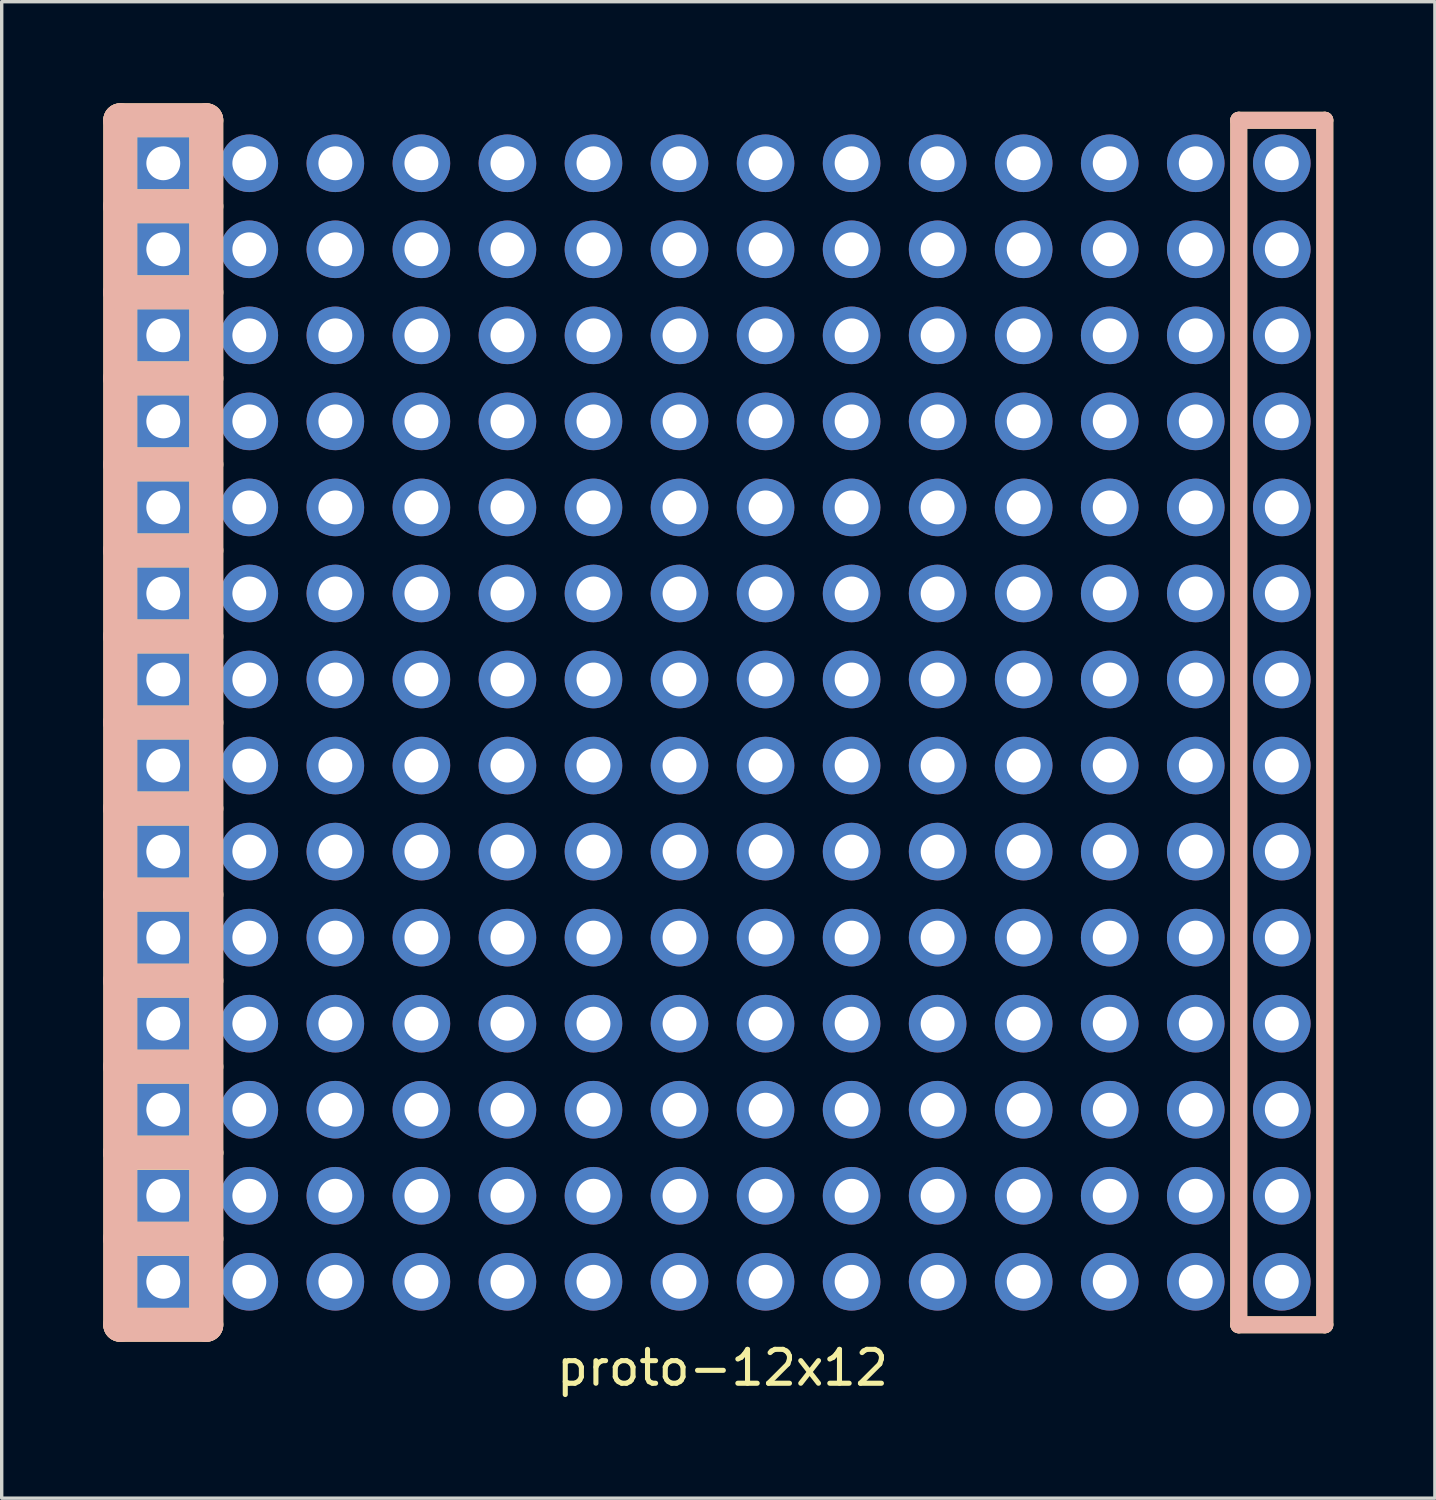
<source format=kicad_pcb>
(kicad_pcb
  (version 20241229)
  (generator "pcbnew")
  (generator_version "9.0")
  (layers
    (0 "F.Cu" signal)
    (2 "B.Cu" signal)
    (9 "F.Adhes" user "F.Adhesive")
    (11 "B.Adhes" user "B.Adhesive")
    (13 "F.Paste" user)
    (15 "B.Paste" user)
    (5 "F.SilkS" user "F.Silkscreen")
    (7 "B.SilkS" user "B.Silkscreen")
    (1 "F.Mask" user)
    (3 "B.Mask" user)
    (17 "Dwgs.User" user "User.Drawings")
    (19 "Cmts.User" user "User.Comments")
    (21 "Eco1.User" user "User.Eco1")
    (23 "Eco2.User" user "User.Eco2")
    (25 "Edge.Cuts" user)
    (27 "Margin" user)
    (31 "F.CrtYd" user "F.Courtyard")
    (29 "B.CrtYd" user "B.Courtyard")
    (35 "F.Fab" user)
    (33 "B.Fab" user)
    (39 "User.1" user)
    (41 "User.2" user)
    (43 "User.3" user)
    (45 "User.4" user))
  (footprint "proto-12x12"
    (layer "F.Cu")
    (at 18.28 18.28)
    (property "Reference" "proto-12x12" (at 0 19.05 0) (layer "F.SilkS") (effects (font (size 1 1) (thickness 0.15))))
    (attr through_hole)
    (fp_line (start -17.78 -15.24) (end -15.24 -15.24) (stroke (width 1) (type solid)) (layer "F.SilkS"))
    (fp_line (start -17.78 -12.7) (end -15.24 -12.7) (stroke (width 1) (type solid)) (layer "F.SilkS"))
    (fp_line (start -17.78 -10.16) (end -15.24 -10.16) (stroke (width 1) (type solid)) (layer "F.SilkS"))
    (fp_line (start -17.78 -7.62) (end -15.24 -7.62) (stroke (width 1) (type solid)) (layer "F.SilkS"))
    (fp_line (start -17.78 -5.08) (end -15.24 -5.08) (stroke (width 1) (type solid)) (layer "F.SilkS"))
    (fp_line (start -17.78 -2.54) (end -15.24 -2.54) (stroke (width 1) (type solid)) (layer "F.SilkS"))
    (fp_line (start -17.78 0) (end -15.24 0) (stroke (width 1) (type solid)) (layer "F.SilkS"))
    (fp_line (start -17.78 2.54) (end -15.24 2.54) (stroke (width 1) (type solid)) (layer "F.SilkS"))
    (fp_line (start -17.78 5.08) (end -15.24 5.08) (stroke (width 1) (type solid)) (layer "F.SilkS"))
    (fp_line (start -17.78 7.62) (end -15.24 7.62) (stroke (width 1) (type solid)) (layer "F.SilkS"))
    (fp_line (start -17.78 10.16) (end -15.24 10.16) (stroke (width 1) (type solid)) (layer "F.SilkS"))
    (fp_line (start -17.78 12.7) (end -15.24 12.7) (stroke (width 1) (type solid)) (layer "F.SilkS"))
    (fp_line (start -17.78 12.7) (end -15.24 12.7) (stroke (width 1) (type solid)) (layer "F.SilkS"))
    (fp_line (start -17.78 15.24) (end -15.24 15.24) (stroke (width 1) (type solid)) (layer "F.SilkS"))
    (fp_line (start -17.78 17.78) (end -17.78 -17.78) (stroke (width 1) (type solid)) (layer "F.SilkS"))
    (fp_line (start -17.78 17.78) (end -15.24 17.78) (stroke (width 1) (type solid)) (layer "F.SilkS"))
    (fp_line (start -15.24 -17.78) (end -17.78 -17.78) (stroke (width 1) (type solid)) (layer "F.SilkS"))
    (fp_line (start -15.24 -17.78) (end -15.24 17.78) (stroke (width 1) (type solid)) (layer "F.SilkS"))
    (fp_line (start 15.24 17.78) (end 15.24 -17.78) (stroke (width 0.5) (type solid)) (layer "F.SilkS"))
    (fp_line (start 15.24 17.78) (end 17.78 17.78) (stroke (width 0.5) (type solid)) (layer "F.SilkS"))
    (fp_line (start 17.78 -17.78) (end 15.24 -17.78) (stroke (width 0.5) (type solid)) (layer "F.SilkS"))
    (fp_line (start 17.78 -17.78) (end 17.78 17.78) (stroke (width 0.5) (type solid)) (layer "F.SilkS"))
    (fp_line (start -17.78 -17.78) (end -17.78 17.78) (stroke (width 1) (type solid)) (layer "B.SilkS"))
    (fp_line (start -17.78 -15.24) (end -15.24 -15.24) (stroke (width 1) (type solid)) (layer "B.SilkS"))
    (fp_line (start -17.78 -12.7) (end -15.24 -12.7) (stroke (width 1) (type solid)) (layer "B.SilkS"))
    (fp_line (start -17.78 -10.16) (end -15.24 -10.16) (stroke (width 1) (type solid)) (layer "B.SilkS"))
    (fp_line (start -17.78 -7.62) (end -15.24 -7.62) (stroke (width 1) (type solid)) (layer "B.SilkS"))
    (fp_line (start -17.78 -5.08) (end -15.24 -5.08) (stroke (width 1) (type solid)) (layer "B.SilkS"))
    (fp_line (start -17.78 -2.54) (end -15.24 -2.54) (stroke (width 1) (type solid)) (layer "B.SilkS"))
    (fp_line (start -17.78 0) (end -15.24 0) (stroke (width 1) (type solid)) (layer "B.SilkS"))
    (fp_line (start -17.78 2.54) (end -15.24 2.54) (stroke (width 1) (type solid)) (layer "B.SilkS"))
    (fp_line (start -17.78 5.08) (end -15.24 5.08) (stroke (width 1) (type solid)) (layer "B.SilkS"))
    (fp_line (start -17.78 7.62) (end -15.24 7.62) (stroke (width 1) (type solid)) (layer "B.SilkS"))
    (fp_line (start -17.78 10.16) (end -15.24 10.16) (stroke (width 1) (type solid)) (layer "B.SilkS"))
    (fp_line (start -17.78 12.7) (end -15.24 12.7) (stroke (width 1) (type solid)) (layer "B.SilkS"))
    (fp_line (start -17.78 15.24) (end -15.24 15.24) (stroke (width 1) (type solid)) (layer "B.SilkS"))
    (fp_line (start -17.78 17.78) (end -15.24 17.78) (stroke (width 1) (type solid)) (layer "B.SilkS"))
    (fp_line (start -15.24 -17.78) (end -17.78 -17.78) (stroke (width 1) (type solid)) (layer "B.SilkS"))
    (fp_line (start -15.24 17.78) (end -15.24 -17.78) (stroke (width 1) (type solid)) (layer "B.SilkS"))
    (fp_line (start 15.24 -17.78) (end 15.24 17.78) (stroke (width 0.5) (type solid)) (layer "B.SilkS"))
    (fp_line (start 15.24 17.78) (end 17.78 17.78) (stroke (width 0.5) (type solid)) (layer "B.SilkS"))
    (fp_line (start 17.78 -17.78) (end 15.24 -17.78) (stroke (width 0.5) (type solid)) (layer "B.SilkS"))
    (fp_line (start 17.78 17.78) (end 17.78 -17.78) (stroke (width 0.5) (type solid)) (layer "B.SilkS"))
    (pad "" thru_hole circle (at -13.97 -16.51) (size 1.7 1.7) (drill 1) (layers "*.Cu" "*.Mask"))
    (pad "" thru_hole circle (at -13.97 -13.97) (size 1.7 1.7) (drill 1) (layers "*.Cu" "*.Mask"))
    (pad "" thru_hole circle (at -13.97 -11.43) (size 1.7 1.7) (drill 1) (layers "*.Cu" "*.Mask"))
    (pad "" thru_hole circle (at -13.97 -8.89) (size 1.7 1.7) (drill 1) (layers "*.Cu" "*.Mask"))
    (pad "" thru_hole circle (at -13.97 -6.35) (size 1.7 1.7) (drill 1) (layers "*.Cu" "*.Mask"))
    (pad "" thru_hole circle (at -13.97 -3.81) (size 1.7 1.7) (drill 1) (layers "*.Cu" "*.Mask"))
    (pad "" thru_hole circle (at -13.97 -1.27) (size 1.7 1.7) (drill 1) (layers "*.Cu" "*.Mask"))
    (pad "" thru_hole circle (at -13.97 1.27) (size 1.7 1.7) (drill 1) (layers "*.Cu" "*.Mask"))
    (pad "" thru_hole circle (at -13.97 3.81) (size 1.7 1.7) (drill 1) (layers "*.Cu" "*.Mask"))
    (pad "" thru_hole circle (at -13.97 6.35) (size 1.7 1.7) (drill 1) (layers "*.Cu" "*.Mask"))
    (pad "" thru_hole circle (at -13.97 8.89) (size 1.7 1.7) (drill 1) (layers "*.Cu" "*.Mask"))
    (pad "" thru_hole circle (at -13.97 11.43) (size 1.7 1.7) (drill 1) (layers "*.Cu" "*.Mask"))
    (pad "" thru_hole circle (at -13.97 13.97) (size 1.7 1.7) (drill 1) (layers "*.Cu" "*.Mask"))
    (pad "" thru_hole circle (at -13.97 16.51) (size 1.7 1.7) (drill 1) (layers "*.Cu" "*.Mask"))
    (pad "" thru_hole circle (at -11.43 -16.51) (size 1.7 1.7) (drill 1) (layers "*.Cu" "*.Mask"))
    (pad "" thru_hole circle (at -11.43 -13.97) (size 1.7 1.7) (drill 1) (layers "*.Cu" "*.Mask"))
    (pad "" thru_hole circle (at -11.43 -11.43) (size 1.7 1.7) (drill 1) (layers "*.Cu" "*.Mask"))
    (pad "" thru_hole circle (at -11.43 -8.89) (size 1.7 1.7) (drill 1) (layers "*.Cu" "*.Mask"))
    (pad "" thru_hole circle (at -11.43 -6.35) (size 1.7 1.7) (drill 1) (layers "*.Cu" "*.Mask"))
    (pad "" thru_hole circle (at -11.43 -3.81) (size 1.7 1.7) (drill 1) (layers "*.Cu" "*.Mask"))
    (pad "" thru_hole circle (at -11.43 -1.27) (size 1.7 1.7) (drill 1) (layers "*.Cu" "*.Mask"))
    (pad "" thru_hole circle (at -11.43 1.27) (size 1.7 1.7) (drill 1) (layers "*.Cu" "*.Mask"))
    (pad "" thru_hole circle (at -11.43 3.81) (size 1.7 1.7) (drill 1) (layers "*.Cu" "*.Mask"))
    (pad "" thru_hole circle (at -11.43 6.35) (size 1.7 1.7) (drill 1) (layers "*.Cu" "*.Mask"))
    (pad "" thru_hole circle (at -11.43 8.89) (size 1.7 1.7) (drill 1) (layers "*.Cu" "*.Mask"))
    (pad "" thru_hole circle (at -11.43 11.43) (size 1.7 1.7) (drill 1) (layers "*.Cu" "*.Mask"))
    (pad "" thru_hole circle (at -11.43 13.97) (size 1.7 1.7) (drill 1) (layers "*.Cu" "*.Mask"))
    (pad "" thru_hole circle (at -11.43 16.51) (size 1.7 1.7) (drill 1) (layers "*.Cu" "*.Mask"))
    (pad "" thru_hole circle (at -8.89 -16.51) (size 1.7 1.7) (drill 1) (layers "*.Cu" "*.Mask"))
    (pad "" thru_hole circle (at -8.89 -13.97) (size 1.7 1.7) (drill 1) (layers "*.Cu" "*.Mask"))
    (pad "" thru_hole circle (at -8.89 -11.43) (size 1.7 1.7) (drill 1) (layers "*.Cu" "*.Mask"))
    (pad "" thru_hole circle (at -8.89 -8.89) (size 1.7 1.7) (drill 1) (layers "*.Cu" "*.Mask"))
    (pad "" thru_hole circle (at -8.89 -6.35) (size 1.7 1.7) (drill 1) (layers "*.Cu" "*.Mask"))
    (pad "" thru_hole circle (at -8.89 -3.81) (size 1.7 1.7) (drill 1) (layers "*.Cu" "*.Mask"))
    (pad "" thru_hole circle (at -8.89 -1.27) (size 1.7 1.7) (drill 1) (layers "*.Cu" "*.Mask"))
    (pad "" thru_hole circle (at -8.89 1.27) (size 1.7 1.7) (drill 1) (layers "*.Cu" "*.Mask"))
    (pad "" thru_hole circle (at -8.89 3.81) (size 1.7 1.7) (drill 1) (layers "*.Cu" "*.Mask"))
    (pad "" thru_hole circle (at -8.89 6.35) (size 1.7 1.7) (drill 1) (layers "*.Cu" "*.Mask"))
    (pad "" thru_hole circle (at -8.89 8.89) (size 1.7 1.7) (drill 1) (layers "*.Cu" "*.Mask"))
    (pad "" thru_hole circle (at -8.89 11.43) (size 1.7 1.7) (drill 1) (layers "*.Cu" "*.Mask"))
    (pad "" thru_hole circle (at -8.89 13.97) (size 1.7 1.7) (drill 1) (layers "*.Cu" "*.Mask"))
    (pad "" thru_hole circle (at -8.89 16.51) (size 1.7 1.7) (drill 1) (layers "*.Cu" "*.Mask"))
    (pad "" thru_hole circle (at -6.35 -16.51) (size 1.7 1.7) (drill 1) (layers "*.Cu" "*.Mask"))
    (pad "" thru_hole circle (at -6.35 -13.97) (size 1.7 1.7) (drill 1) (layers "*.Cu" "*.Mask"))
    (pad "" thru_hole circle (at -6.35 -11.43) (size 1.7 1.7) (drill 1) (layers "*.Cu" "*.Mask"))
    (pad "" thru_hole circle (at -6.35 -8.89) (size 1.7 1.7) (drill 1) (layers "*.Cu" "*.Mask"))
    (pad "" thru_hole circle (at -6.35 -6.35) (size 1.7 1.7) (drill 1) (layers "*.Cu" "*.Mask"))
    (pad "" thru_hole circle (at -6.35 -3.81) (size 1.7 1.7) (drill 1) (layers "*.Cu" "*.Mask"))
    (pad "" thru_hole circle (at -6.35 -1.27) (size 1.7 1.7) (drill 1) (layers "*.Cu" "*.Mask"))
    (pad "" thru_hole circle (at -6.35 1.27) (size 1.7 1.7) (drill 1) (layers "*.Cu" "*.Mask"))
    (pad "" thru_hole circle (at -6.35 3.81) (size 1.7 1.7) (drill 1) (layers "*.Cu" "*.Mask"))
    (pad "" thru_hole circle (at -6.35 6.35) (size 1.7 1.7) (drill 1) (layers "*.Cu" "*.Mask"))
    (pad "" thru_hole circle (at -6.35 8.89) (size 1.7 1.7) (drill 1) (layers "*.Cu" "*.Mask"))
    (pad "" thru_hole circle (at -6.35 11.43) (size 1.7 1.7) (drill 1) (layers "*.Cu" "*.Mask"))
    (pad "" thru_hole circle (at -6.35 13.97) (size 1.7 1.7) (drill 1) (layers "*.Cu" "*.Mask"))
    (pad "" thru_hole circle (at -6.35 16.51) (size 1.7 1.7) (drill 1) (layers "*.Cu" "*.Mask"))
    (pad "" thru_hole circle (at -3.81 -16.51) (size 1.7 1.7) (drill 1) (layers "*.Cu" "*.Mask"))
    (pad "" thru_hole circle (at -3.81 -13.97) (size 1.7 1.7) (drill 1) (layers "*.Cu" "*.Mask"))
    (pad "" thru_hole circle (at -3.81 -11.43) (size 1.7 1.7) (drill 1) (layers "*.Cu" "*.Mask"))
    (pad "" thru_hole circle (at -3.81 -8.89) (size 1.7 1.7) (drill 1) (layers "*.Cu" "*.Mask"))
    (pad "" thru_hole circle (at -3.81 -6.35) (size 1.7 1.7) (drill 1) (layers "*.Cu" "*.Mask"))
    (pad "" thru_hole circle (at -3.81 -3.81) (size 1.7 1.7) (drill 1) (layers "*.Cu" "*.Mask"))
    (pad "" thru_hole circle (at -3.81 -1.27) (size 1.7 1.7) (drill 1) (layers "*.Cu" "*.Mask"))
    (pad "" thru_hole circle (at -3.81 1.27) (size 1.7 1.7) (drill 1) (layers "*.Cu" "*.Mask"))
    (pad "" thru_hole circle (at -3.81 3.81) (size 1.7 1.7) (drill 1) (layers "*.Cu" "*.Mask"))
    (pad "" thru_hole circle (at -3.81 6.35) (size 1.7 1.7) (drill 1) (layers "*.Cu" "*.Mask"))
    (pad "" thru_hole circle (at -3.81 8.89) (size 1.7 1.7) (drill 1) (layers "*.Cu" "*.Mask"))
    (pad "" thru_hole circle (at -3.81 11.43) (size 1.7 1.7) (drill 1) (layers "*.Cu" "*.Mask"))
    (pad "" thru_hole circle (at -3.81 13.97) (size 1.7 1.7) (drill 1) (layers "*.Cu" "*.Mask"))
    (pad "" thru_hole circle (at -3.81 16.51) (size 1.7 1.7) (drill 1) (layers "*.Cu" "*.Mask"))
    (pad "" thru_hole circle (at -1.27 -16.51) (size 1.7 1.7) (drill 1) (layers "*.Cu" "*.Mask"))
    (pad "" thru_hole circle (at -1.27 -13.97) (size 1.7 1.7) (drill 1) (layers "*.Cu" "*.Mask"))
    (pad "" thru_hole circle (at -1.27 -11.43) (size 1.7 1.7) (drill 1) (layers "*.Cu" "*.Mask"))
    (pad "" thru_hole circle (at -1.27 -8.89) (size 1.7 1.7) (drill 1) (layers "*.Cu" "*.Mask"))
    (pad "" thru_hole circle (at -1.27 -6.35) (size 1.7 1.7) (drill 1) (layers "*.Cu" "*.Mask"))
    (pad "" thru_hole circle (at -1.27 -3.81) (size 1.7 1.7) (drill 1) (layers "*.Cu" "*.Mask"))
    (pad "" thru_hole circle (at -1.27 -1.27) (size 1.7 1.7) (drill 1) (layers "*.Cu" "*.Mask"))
    (pad "" thru_hole circle (at -1.27 1.27) (size 1.7 1.7) (drill 1) (layers "*.Cu" "*.Mask"))
    (pad "" thru_hole circle (at -1.27 3.81) (size 1.7 1.7) (drill 1) (layers "*.Cu" "*.Mask"))
    (pad "" thru_hole circle (at -1.27 6.35) (size 1.7 1.7) (drill 1) (layers "*.Cu" "*.Mask"))
    (pad "" thru_hole circle (at -1.27 8.89) (size 1.7 1.7) (drill 1) (layers "*.Cu" "*.Mask"))
    (pad "" thru_hole circle (at -1.27 11.43) (size 1.7 1.7) (drill 1) (layers "*.Cu" "*.Mask"))
    (pad "" thru_hole circle (at -1.27 13.97) (size 1.7 1.7) (drill 1) (layers "*.Cu" "*.Mask"))
    (pad "" thru_hole circle (at -1.27 16.51) (size 1.7 1.7) (drill 1) (layers "*.Cu" "*.Mask"))
    (pad "" thru_hole circle (at 1.27 -16.51) (size 1.7 1.7) (drill 1) (layers "*.Cu" "*.Mask"))
    (pad "" thru_hole circle (at 1.27 -13.97) (size 1.7 1.7) (drill 1) (layers "*.Cu" "*.Mask"))
    (pad "" thru_hole circle (at 1.27 -11.43) (size 1.7 1.7) (drill 1) (layers "*.Cu" "*.Mask"))
    (pad "" thru_hole circle (at 1.27 -8.89) (size 1.7 1.7) (drill 1) (layers "*.Cu" "*.Mask"))
    (pad "" thru_hole circle (at 1.27 -6.35) (size 1.7 1.7) (drill 1) (layers "*.Cu" "*.Mask"))
    (pad "" thru_hole circle (at 1.27 -3.81) (size 1.7 1.7) (drill 1) (layers "*.Cu" "*.Mask"))
    (pad "" thru_hole circle (at 1.27 -1.27) (size 1.7 1.7) (drill 1) (layers "*.Cu" "*.Mask"))
    (pad "" thru_hole circle (at 1.27 1.27) (size 1.7 1.7) (drill 1) (layers "*.Cu" "*.Mask"))
    (pad "" thru_hole circle (at 1.27 3.81) (size 1.7 1.7) (drill 1) (layers "*.Cu" "*.Mask"))
    (pad "" thru_hole circle (at 1.27 6.35) (size 1.7 1.7) (drill 1) (layers "*.Cu" "*.Mask"))
    (pad "" thru_hole circle (at 1.27 8.89) (size 1.7 1.7) (drill 1) (layers "*.Cu" "*.Mask"))
    (pad "" thru_hole circle (at 1.27 11.43) (size 1.7 1.7) (drill 1) (layers "*.Cu" "*.Mask"))
    (pad "" thru_hole circle (at 1.27 13.97) (size 1.7 1.7) (drill 1) (layers "*.Cu" "*.Mask"))
    (pad "" thru_hole circle (at 1.27 16.51) (size 1.7 1.7) (drill 1) (layers "*.Cu" "*.Mask"))
    (pad "" thru_hole circle (at 3.81 -16.51) (size 1.7 1.7) (drill 1) (layers "*.Cu" "*.Mask"))
    (pad "" thru_hole circle (at 3.81 -13.97) (size 1.7 1.7) (drill 1) (layers "*.Cu" "*.Mask"))
    (pad "" thru_hole circle (at 3.81 -11.43) (size 1.7 1.7) (drill 1) (layers "*.Cu" "*.Mask"))
    (pad "" thru_hole circle (at 3.81 -8.89) (size 1.7 1.7) (drill 1) (layers "*.Cu" "*.Mask"))
    (pad "" thru_hole circle (at 3.81 -6.35) (size 1.7 1.7) (drill 1) (layers "*.Cu" "*.Mask"))
    (pad "" thru_hole circle (at 3.81 -3.81) (size 1.7 1.7) (drill 1) (layers "*.Cu" "*.Mask"))
    (pad "" thru_hole circle (at 3.81 -1.27) (size 1.7 1.7) (drill 1) (layers "*.Cu" "*.Mask"))
    (pad "" thru_hole circle (at 3.81 1.27) (size 1.7 1.7) (drill 1) (layers "*.Cu" "*.Mask"))
    (pad "" thru_hole circle (at 3.81 3.81) (size 1.7 1.7) (drill 1) (layers "*.Cu" "*.Mask"))
    (pad "" thru_hole circle (at 3.81 6.35) (size 1.7 1.7) (drill 1) (layers "*.Cu" "*.Mask"))
    (pad "" thru_hole circle (at 3.81 8.89) (size 1.7 1.7) (drill 1) (layers "*.Cu" "*.Mask"))
    (pad "" thru_hole circle (at 3.81 11.43) (size 1.7 1.7) (drill 1) (layers "*.Cu" "*.Mask"))
    (pad "" thru_hole circle (at 3.81 13.97) (size 1.7 1.7) (drill 1) (layers "*.Cu" "*.Mask"))
    (pad "" thru_hole circle (at 3.81 16.51) (size 1.7 1.7) (drill 1) (layers "*.Cu" "*.Mask"))
    (pad "" thru_hole circle (at 6.35 -16.51) (size 1.7 1.7) (drill 1) (layers "*.Cu" "*.Mask"))
    (pad "" thru_hole circle (at 6.35 -13.97) (size 1.7 1.7) (drill 1) (layers "*.Cu" "*.Mask"))
    (pad "" thru_hole circle (at 6.35 -11.43) (size 1.7 1.7) (drill 1) (layers "*.Cu" "*.Mask"))
    (pad "" thru_hole circle (at 6.35 -8.89) (size 1.7 1.7) (drill 1) (layers "*.Cu" "*.Mask"))
    (pad "" thru_hole circle (at 6.35 -6.35) (size 1.7 1.7) (drill 1) (layers "*.Cu" "*.Mask"))
    (pad "" thru_hole circle (at 6.35 -3.81) (size 1.7 1.7) (drill 1) (layers "*.Cu" "*.Mask"))
    (pad "" thru_hole circle (at 6.35 -1.27) (size 1.7 1.7) (drill 1) (layers "*.Cu" "*.Mask"))
    (pad "" thru_hole circle (at 6.35 1.27) (size 1.7 1.7) (drill 1) (layers "*.Cu" "*.Mask"))
    (pad "" thru_hole circle (at 6.35 3.81) (size 1.7 1.7) (drill 1) (layers "*.Cu" "*.Mask"))
    (pad "" thru_hole circle (at 6.35 6.35) (size 1.7 1.7) (drill 1) (layers "*.Cu" "*.Mask"))
    (pad "" thru_hole circle (at 6.35 8.89) (size 1.7 1.7) (drill 1) (layers "*.Cu" "*.Mask"))
    (pad "" thru_hole circle (at 6.35 11.43) (size 1.7 1.7) (drill 1) (layers "*.Cu" "*.Mask"))
    (pad "" thru_hole circle (at 6.35 13.97) (size 1.7 1.7) (drill 1) (layers "*.Cu" "*.Mask"))
    (pad "" thru_hole circle (at 6.35 16.51) (size 1.7 1.7) (drill 1) (layers "*.Cu" "*.Mask"))
    (pad "" thru_hole circle (at 8.89 -16.51) (size 1.7 1.7) (drill 1) (layers "*.Cu" "*.Mask"))
    (pad "" thru_hole circle (at 8.89 -13.97) (size 1.7 1.7) (drill 1) (layers "*.Cu" "*.Mask"))
    (pad "" thru_hole circle (at 8.89 -11.43) (size 1.7 1.7) (drill 1) (layers "*.Cu" "*.Mask"))
    (pad "" thru_hole circle (at 8.89 -8.89) (size 1.7 1.7) (drill 1) (layers "*.Cu" "*.Mask"))
    (pad "" thru_hole circle (at 8.89 -6.35) (size 1.7 1.7) (drill 1) (layers "*.Cu" "*.Mask"))
    (pad "" thru_hole circle (at 8.89 -3.81) (size 1.7 1.7) (drill 1) (layers "*.Cu" "*.Mask"))
    (pad "" thru_hole circle (at 8.89 -1.27) (size 1.7 1.7) (drill 1) (layers "*.Cu" "*.Mask"))
    (pad "" thru_hole circle (at 8.89 1.27) (size 1.7 1.7) (drill 1) (layers "*.Cu" "*.Mask"))
    (pad "" thru_hole circle (at 8.89 3.81) (size 1.7 1.7) (drill 1) (layers "*.Cu" "*.Mask"))
    (pad "" thru_hole circle (at 8.89 6.35) (size 1.7 1.7) (drill 1) (layers "*.Cu" "*.Mask"))
    (pad "" thru_hole circle (at 8.89 8.89) (size 1.7 1.7) (drill 1) (layers "*.Cu" "*.Mask"))
    (pad "" thru_hole circle (at 8.89 11.43) (size 1.7 1.7) (drill 1) (layers "*.Cu" "*.Mask"))
    (pad "" thru_hole circle (at 8.89 13.97) (size 1.7 1.7) (drill 1) (layers "*.Cu" "*.Mask"))
    (pad "" thru_hole circle (at 8.89 16.51) (size 1.7 1.7) (drill 1) (layers "*.Cu" "*.Mask"))
    (pad "" thru_hole circle (at 11.43 -16.51) (size 1.7 1.7) (drill 1) (layers "*.Cu" "*.Mask"))
    (pad "" thru_hole circle (at 11.43 -13.97) (size 1.7 1.7) (drill 1) (layers "*.Cu" "*.Mask"))
    (pad "" thru_hole circle (at 11.43 -11.43) (size 1.7 1.7) (drill 1) (layers "*.Cu" "*.Mask"))
    (pad "" thru_hole circle (at 11.43 -8.89) (size 1.7 1.7) (drill 1) (layers "*.Cu" "*.Mask"))
    (pad "" thru_hole circle (at 11.43 -6.35) (size 1.7 1.7) (drill 1) (layers "*.Cu" "*.Mask"))
    (pad "" thru_hole circle (at 11.43 -3.81) (size 1.7 1.7) (drill 1) (layers "*.Cu" "*.Mask"))
    (pad "" thru_hole circle (at 11.43 -1.27) (size 1.7 1.7) (drill 1) (layers "*.Cu" "*.Mask"))
    (pad "" thru_hole circle (at 11.43 1.27) (size 1.7 1.7) (drill 1) (layers "*.Cu" "*.Mask"))
    (pad "" thru_hole circle (at 11.43 3.81) (size 1.7 1.7) (drill 1) (layers "*.Cu" "*.Mask"))
    (pad "" thru_hole circle (at 11.43 6.35) (size 1.7 1.7) (drill 1) (layers "*.Cu" "*.Mask"))
    (pad "" thru_hole circle (at 11.43 8.89) (size 1.7 1.7) (drill 1) (layers "*.Cu" "*.Mask"))
    (pad "" thru_hole circle (at 11.43 11.43) (size 1.7 1.7) (drill 1) (layers "*.Cu" "*.Mask"))
    (pad "" thru_hole circle (at 11.43 13.97) (size 1.7 1.7) (drill 1) (layers "*.Cu" "*.Mask"))
    (pad "" thru_hole circle (at 11.43 16.51) (size 1.7 1.7) (drill 1) (layers "*.Cu" "*.Mask"))
    (pad "" thru_hole circle (at 13.97 -16.51) (size 1.7 1.7) (drill 1) (layers "*.Cu" "*.Mask"))
    (pad "" thru_hole circle (at 13.97 -13.97) (size 1.7 1.7) (drill 1) (layers "*.Cu" "*.Mask"))
    (pad "" thru_hole circle (at 13.97 -11.43) (size 1.7 1.7) (drill 1) (layers "*.Cu" "*.Mask"))
    (pad "" thru_hole circle (at 13.97 -8.89) (size 1.7 1.7) (drill 1) (layers "*.Cu" "*.Mask"))
    (pad "" thru_hole circle (at 13.97 -6.35) (size 1.7 1.7) (drill 1) (layers "*.Cu" "*.Mask"))
    (pad "" thru_hole circle (at 13.97 -3.81) (size 1.7 1.7) (drill 1) (layers "*.Cu" "*.Mask"))
    (pad "" thru_hole circle (at 13.97 -1.27) (size 1.7 1.7) (drill 1) (layers "*.Cu" "*.Mask"))
    (pad "" thru_hole circle (at 13.97 1.27) (size 1.7 1.7) (drill 1) (layers "*.Cu" "*.Mask"))
    (pad "" thru_hole circle (at 13.97 3.81) (size 1.7 1.7) (drill 1) (layers "*.Cu" "*.Mask"))
    (pad "" thru_hole circle (at 13.97 6.35) (size 1.7 1.7) (drill 1) (layers "*.Cu" "*.Mask"))
    (pad "" thru_hole circle (at 13.97 8.89) (size 1.7 1.7) (drill 1) (layers "*.Cu" "*.Mask"))
    (pad "" thru_hole circle (at 13.97 11.43) (size 1.7 1.7) (drill 1) (layers "*.Cu" "*.Mask"))
    (pad "" thru_hole circle (at 13.97 13.97) (size 1.7 1.7) (drill 1) (layers "*.Cu" "*.Mask"))
    (pad "" thru_hole circle (at 13.97 16.51) (size 1.7 1.7) (drill 1) (layers "*.Cu" "*.Mask"))
    (pad "1" thru_hole rect (at -16.51 -16.51 90) (size 1.7 1.7) (drill 1) (layers "*.Cu" "*.Mask"))
    (pad "1" thru_hole rect (at -16.51 -13.97 90) (size 1.7 1.7) (drill 1) (layers "*.Cu" "*.Mask"))
    (pad "1" thru_hole rect (at -16.51 -11.43 90) (size 1.7 1.7) (drill 1) (layers "*.Cu" "*.Mask"))
    (pad "1" thru_hole rect (at -16.51 -8.89 90) (size 1.7 1.7) (drill 1) (layers "*.Cu" "*.Mask"))
    (pad "1" thru_hole rect (at -16.51 -6.35 90) (size 1.7 1.7) (drill 1) (layers "*.Cu" "*.Mask"))
    (pad "1" thru_hole rect (at -16.51 -3.81 90) (size 1.7 1.7) (drill 1) (layers "*.Cu" "*.Mask"))
    (pad "1" thru_hole rect (at -16.51 -1.27 90) (size 1.7 1.7) (drill 1) (layers "*.Cu" "*.Mask"))
    (pad "1" thru_hole rect (at -16.51 1.27 90) (size 1.7 1.7) (drill 1) (layers "*.Cu" "*.Mask"))
    (pad "1" thru_hole rect (at -16.51 3.81 90) (size 1.7 1.7) (drill 1) (layers "*.Cu" "*.Mask"))
    (pad "1" thru_hole rect (at -16.51 6.35 90) (size 1.7 1.7) (drill 1) (layers "*.Cu" "*.Mask"))
    (pad "1" thru_hole rect (at -16.51 8.89 90) (size 1.7 1.7) (drill 1) (layers "*.Cu" "*.Mask"))
    (pad "1" thru_hole rect (at -16.51 11.43 90) (size 1.7 1.7) (drill 1) (layers "*.Cu" "*.Mask"))
    (pad "1" thru_hole rect (at -16.51 13.97 90) (size 1.7 1.7) (drill 1) (layers "*.Cu" "*.Mask"))
    (pad "1" thru_hole rect (at -16.51 16.51 90) (size 1.7 1.7) (drill 1) (layers "*.Cu" "*.Mask"))
    (pad "2" thru_hole circle (at 16.51 -16.51) (size 1.7 1.7) (drill 1) (layers "*.Cu" "*.Mask"))
    (pad "2" thru_hole circle (at 16.51 -13.97) (size 1.7 1.7) (drill 1) (layers "*.Cu" "*.Mask"))
    (pad "2" thru_hole circle (at 16.51 -11.43) (size 1.7 1.7) (drill 1) (layers "*.Cu" "*.Mask"))
    (pad "2" thru_hole circle (at 16.51 -8.89) (size 1.7 1.7) (drill 1) (layers "*.Cu" "*.Mask"))
    (pad "2" thru_hole circle (at 16.51 -6.35) (size 1.7 1.7) (drill 1) (layers "*.Cu" "*.Mask"))
    (pad "2" thru_hole circle (at 16.51 -3.81) (size 1.7 1.7) (drill 1) (layers "*.Cu" "*.Mask"))
    (pad "2" thru_hole circle (at 16.51 -1.27) (size 1.7 1.7) (drill 1) (layers "*.Cu" "*.Mask"))
    (pad "2" thru_hole circle (at 16.51 1.27) (size 1.7 1.7) (drill 1) (layers "*.Cu" "*.Mask"))
    (pad "2" thru_hole circle (at 16.51 3.81) (size 1.7 1.7) (drill 1) (layers "*.Cu" "*.Mask"))
    (pad "2" thru_hole circle (at 16.51 6.35) (size 1.7 1.7) (drill 1) (layers "*.Cu" "*.Mask"))
    (pad "2" thru_hole circle (at 16.51 8.89) (size 1.7 1.7) (drill 1) (layers "*.Cu" "*.Mask"))
    (pad "2" thru_hole circle (at 16.51 11.43) (size 1.7 1.7) (drill 1) (layers "*.Cu" "*.Mask"))
    (pad "2" thru_hole circle (at 16.51 13.97) (size 1.7 1.7) (drill 1) (layers "*.Cu" "*.Mask"))
    (pad "2" thru_hole circle (at 16.51 16.51) (size 1.7 1.7) (drill 1) (layers "*.Cu" "*.Mask")))
  (gr_rect
    (start -3 -3)
    (end 39.31 41.178)
    (stroke (width 0.1) (type default))
    (fill no)
    (layer "Edge.Cuts")))
</source>
